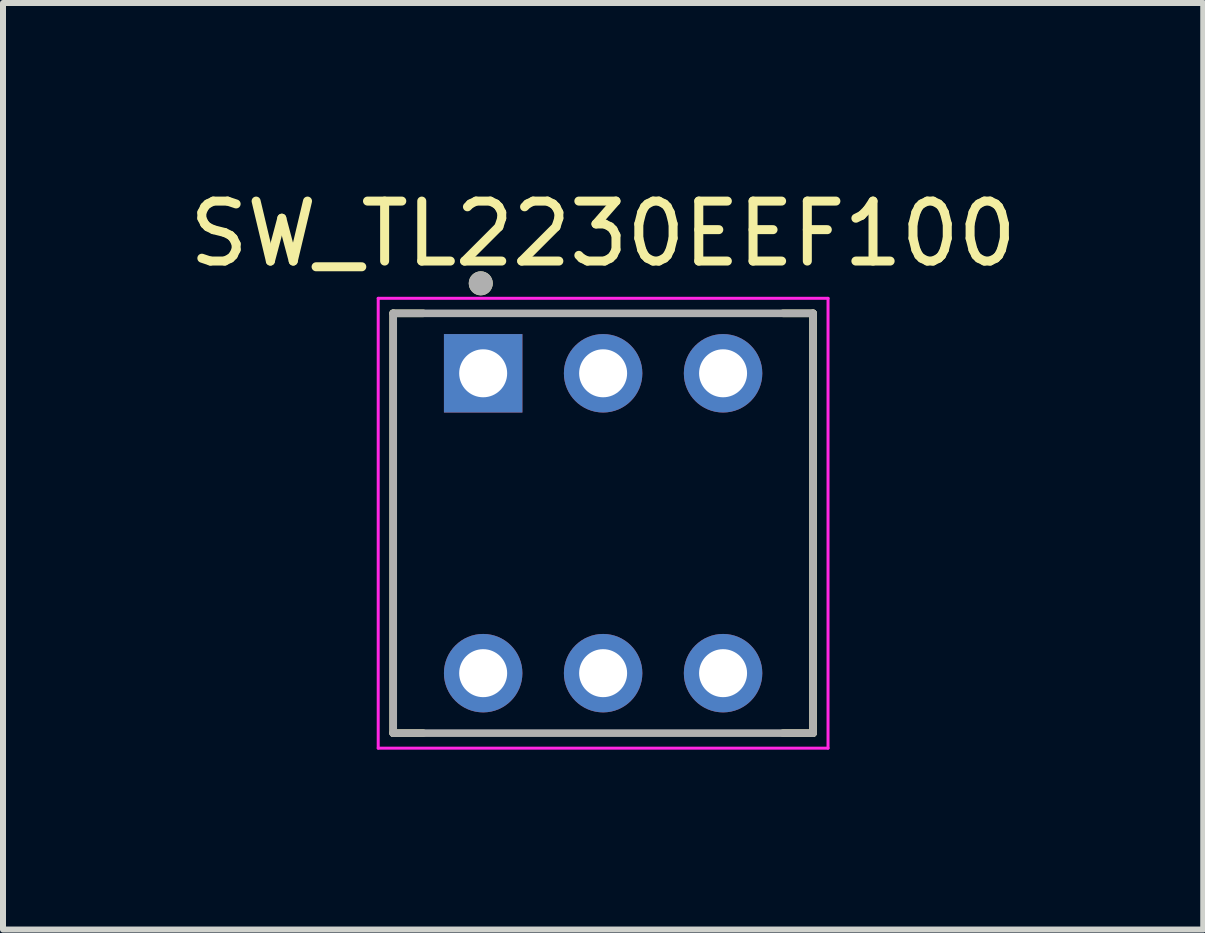
<source format=kicad_pcb>
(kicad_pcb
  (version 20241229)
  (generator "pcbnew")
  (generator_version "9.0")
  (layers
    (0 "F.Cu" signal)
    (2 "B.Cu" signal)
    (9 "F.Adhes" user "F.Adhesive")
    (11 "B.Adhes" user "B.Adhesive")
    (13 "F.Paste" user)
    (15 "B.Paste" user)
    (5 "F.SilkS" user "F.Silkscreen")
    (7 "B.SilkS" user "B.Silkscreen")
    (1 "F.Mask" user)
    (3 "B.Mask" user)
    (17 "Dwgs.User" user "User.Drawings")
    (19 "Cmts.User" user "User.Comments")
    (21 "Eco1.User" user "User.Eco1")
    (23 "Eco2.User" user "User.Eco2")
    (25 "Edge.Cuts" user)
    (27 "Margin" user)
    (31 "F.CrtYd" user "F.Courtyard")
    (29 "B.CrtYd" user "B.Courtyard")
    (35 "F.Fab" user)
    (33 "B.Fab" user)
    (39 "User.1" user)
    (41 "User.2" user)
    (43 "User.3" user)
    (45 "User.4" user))
  (footprint "SW_TL2230EEF100"
    (layer "F.Cu")
    (at 7.006 5.674)
    (property "Reference" "SW_TL2230EEF100" (at 0 -4.826 0) (layer "F.SilkS") (effects (font (size 1 1) (thickness 0.15))))
    (attr through_hole)
    (fp_line (start -3.5 -3.5) (end -3 -3.5) (stroke (width 0.127) (type solid)) (layer "F.SilkS"))
    (fp_line (start -3.5 3.5) (end -3.5 -3.5) (stroke (width 0.127) (type solid)) (layer "F.SilkS"))
    (fp_line (start -3.5 3.5) (end -3 3.5) (stroke (width 0.127) (type solid)) (layer "F.SilkS"))
    (fp_line (start 3 -3.5) (end 3.5 -3.5) (stroke (width 0.127) (type solid)) (layer "F.SilkS"))
    (fp_line (start 3 3.5) (end 3.5 3.5) (stroke (width 0.127) (type solid)) (layer "F.SilkS"))
    (fp_line (start 3.5 -3.5) (end 3.5 3.5) (stroke (width 0.127) (type solid)) (layer "F.SilkS"))
    (fp_circle (center -2.04 -4) (end -1.94 -4) (stroke (width 0.2) (type solid)) (fill no) (layer "F.SilkS"))
    (fp_line (start -3.75 -3.75) (end 3.75 -3.75) (stroke (width 0.05) (type solid)) (layer "F.CrtYd"))
    (fp_line (start -3.75 3.75) (end -3.75 -3.75) (stroke (width 0.05) (type solid)) (layer "F.CrtYd"))
    (fp_line (start 3.75 -3.75) (end 3.75 3.75) (stroke (width 0.05) (type solid)) (layer "F.CrtYd"))
    (fp_line (start 3.75 3.75) (end -3.75 3.75) (stroke (width 0.05) (type solid)) (layer "F.CrtYd"))
    (fp_line (start -3.5 -3.5) (end 3.5 -3.5) (stroke (width 0.127) (type solid)) (layer "F.Fab"))
    (fp_line (start -3.5 3.5) (end -3.5 -3.5) (stroke (width 0.127) (type solid)) (layer "F.Fab"))
    (fp_line (start 3.5 -3.5) (end 3.5 3.5) (stroke (width 0.127) (type solid)) (layer "F.Fab"))
    (fp_line (start 3.5 3.5) (end -3.5 3.5) (stroke (width 0.127) (type solid)) (layer "F.Fab"))
    (fp_circle (center -2.04 -4) (end -1.94 -4) (stroke (width 0.2) (type solid)) (fill no) (layer "F.Fab"))
    (pad "1" thru_hole rect (at -2 -2.5) (size 1.308 1.308) (drill 0.8) (layers "*.Cu" "*.Mask"))
    (pad "2" thru_hole circle (at 0 -2.5) (size 1.308 1.308) (drill 0.8) (layers "*.Cu" "*.Mask"))
    (pad "3" thru_hole circle (at 2 -2.5) (size 1.308 1.308) (drill 0.8) (layers "*.Cu" "*.Mask"))
    (pad "4" thru_hole circle (at -2 2.5) (size 1.308 1.308) (drill 0.8) (layers "*.Cu" "*.Mask"))
    (pad "5" thru_hole circle (at 0 2.5) (size 1.308 1.308) (drill 0.8) (layers "*.Cu" "*.Mask"))
    (pad "6" thru_hole circle (at 2 2.5) (size 1.308 1.308) (drill 0.8) (layers "*.Cu" "*.Mask")))
  (gr_rect
    (start -3 -3)
    (end 17.012 12.449)
    (stroke (width 0.1) (type default))
    (fill no)
    (layer "Edge.Cuts")))
</source>
